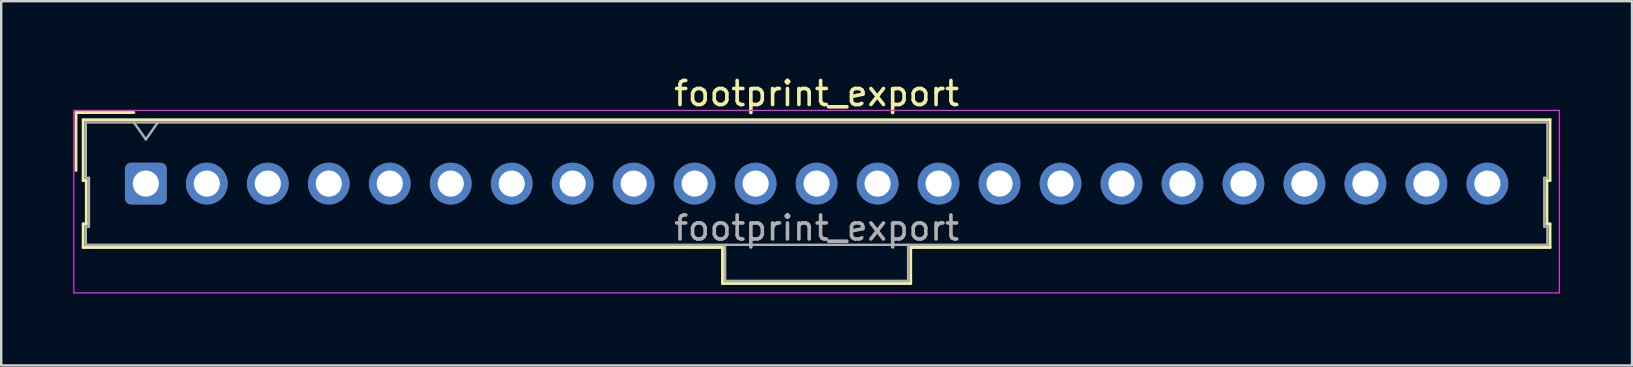
<source format=kicad_pcb>
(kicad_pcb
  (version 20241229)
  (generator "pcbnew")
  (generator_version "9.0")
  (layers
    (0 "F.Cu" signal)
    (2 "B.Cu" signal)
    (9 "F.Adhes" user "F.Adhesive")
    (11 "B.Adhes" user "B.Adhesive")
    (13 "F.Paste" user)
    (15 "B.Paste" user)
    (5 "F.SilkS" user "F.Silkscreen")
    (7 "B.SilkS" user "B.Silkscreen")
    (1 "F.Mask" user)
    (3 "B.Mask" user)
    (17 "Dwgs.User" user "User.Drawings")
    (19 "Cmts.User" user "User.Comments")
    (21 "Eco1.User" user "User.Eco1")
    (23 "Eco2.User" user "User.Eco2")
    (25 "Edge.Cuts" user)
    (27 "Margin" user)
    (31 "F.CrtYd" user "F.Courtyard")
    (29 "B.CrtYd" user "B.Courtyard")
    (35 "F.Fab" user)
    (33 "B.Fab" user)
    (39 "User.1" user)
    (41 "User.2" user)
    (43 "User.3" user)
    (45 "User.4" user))
  (footprint "footprint_export"
    (layer "F.Cu")
    (at 3.025 4.598)
    (property "Reference" "footprint_export" (at 27.94 -3.75 0) (layer "F.SilkS") (effects (font (size 1 1) (thickness 0.15))))
    (attr through_hole)
    (fp_line (start -2.91 -2.96) (end -0.5 -2.96) (stroke (width 0.12) (type solid)) (layer "F.SilkS"))
    (fp_line (start -2.91 -0.55) (end -2.91 -2.96) (stroke (width 0.12) (type solid)) (layer "F.SilkS"))
    (fp_line (start -2.61 -2.66) (end -2.61 -0.13) (stroke (width 0.12) (type solid)) (layer "F.SilkS"))
    (fp_line (start -2.61 -0.13) (end -2.48 -0.13) (stroke (width 0.12) (type solid)) (layer "F.SilkS"))
    (fp_line (start -2.61 1.68) (end -2.61 2.66) (stroke (width 0.12) (type solid)) (layer "F.SilkS"))
    (fp_line (start -2.61 2.66) (end 24.02 2.66) (stroke (width 0.12) (type solid)) (layer "F.SilkS"))
    (fp_line (start -2.48 -0.13) (end -2.48 1.68) (stroke (width 0.12) (type solid)) (layer "F.SilkS"))
    (fp_line (start -2.48 1.68) (end -2.61 1.68) (stroke (width 0.12) (type solid)) (layer "F.SilkS"))
    (fp_line (start 24.02 2.66) (end 24.02 4.16) (stroke (width 0.12) (type solid)) (layer "F.SilkS"))
    (fp_line (start 24.02 4.16) (end 31.86 4.16) (stroke (width 0.12) (type solid)) (layer "F.SilkS"))
    (fp_line (start 31.86 2.66) (end 58.49 2.66) (stroke (width 0.12) (type solid)) (layer "F.SilkS"))
    (fp_line (start 31.86 4.16) (end 31.86 2.66) (stroke (width 0.12) (type solid)) (layer "F.SilkS"))
    (fp_line (start 58.36 -0.13) (end 58.49 -0.13) (stroke (width 0.12) (type solid)) (layer "F.SilkS"))
    (fp_line (start 58.36 1.68) (end 58.36 -0.13) (stroke (width 0.12) (type solid)) (layer "F.SilkS"))
    (fp_line (start 58.49 -2.66) (end -2.61 -2.66) (stroke (width 0.12) (type solid)) (layer "F.SilkS"))
    (fp_line (start 58.49 -0.13) (end 58.49 -2.66) (stroke (width 0.12) (type solid)) (layer "F.SilkS"))
    (fp_line (start 58.49 1.68) (end 58.36 1.68) (stroke (width 0.12) (type solid)) (layer "F.SilkS"))
    (fp_line (start 58.49 2.66) (end 58.49 1.68) (stroke (width 0.12) (type solid)) (layer "F.SilkS"))
    (fp_line (start -3 -3.05) (end -3 4.55) (stroke (width 0.05) (type solid)) (layer "F.CrtYd"))
    (fp_line (start -3 4.55) (end 58.88 4.55) (stroke (width 0.05) (type solid)) (layer "F.CrtYd"))
    (fp_line (start 58.88 -3.05) (end -3 -3.05) (stroke (width 0.05) (type solid)) (layer "F.CrtYd"))
    (fp_line (start 58.88 4.55) (end 58.88 -3.05) (stroke (width 0.05) (type solid)) (layer "F.CrtYd"))
    (fp_line (start -2.5 -2.55) (end -2.5 -0.24) (stroke (width 0.1) (type solid)) (layer "F.Fab"))
    (fp_line (start -2.5 -0.24) (end -2.37 -0.24) (stroke (width 0.1) (type solid)) (layer "F.Fab"))
    (fp_line (start -2.5 1.79) (end -2.5 2.55) (stroke (width 0.1) (type solid)) (layer "F.Fab"))
    (fp_line (start -2.5 2.55) (end 58.38 2.55) (stroke (width 0.1) (type solid)) (layer "F.Fab"))
    (fp_line (start -2.37 -0.24) (end -2.37 1.79) (stroke (width 0.1) (type solid)) (layer "F.Fab"))
    (fp_line (start -2.37 1.79) (end -2.5 1.79) (stroke (width 0.1) (type solid)) (layer "F.Fab"))
    (fp_line (start 0 -1.843) (end -0.5 -2.55) (stroke (width 0.1) (type solid)) (layer "F.Fab"))
    (fp_line (start 0.5 -2.55) (end 0 -1.843) (stroke (width 0.1) (type solid)) (layer "F.Fab"))
    (fp_line (start 24.13 2.55) (end 24.13 4.05) (stroke (width 0.1) (type solid)) (layer "F.Fab"))
    (fp_line (start 24.13 4.05) (end 31.75 4.05) (stroke (width 0.1) (type solid)) (layer "F.Fab"))
    (fp_line (start 31.75 4.05) (end 31.75 2.55) (stroke (width 0.1) (type solid)) (layer "F.Fab"))
    (fp_line (start 58.25 -0.24) (end 58.38 -0.24) (stroke (width 0.1) (type solid)) (layer "F.Fab"))
    (fp_line (start 58.25 1.79) (end 58.25 -0.24) (stroke (width 0.1) (type solid)) (layer "F.Fab"))
    (fp_line (start 58.38 -2.55) (end -2.5 -2.55) (stroke (width 0.1) (type solid)) (layer "F.Fab"))
    (fp_line (start 58.38 -0.24) (end 58.38 -2.55) (stroke (width 0.1) (type solid)) (layer "F.Fab"))
    (fp_line (start 58.38 1.79) (end 58.25 1.79) (stroke (width 0.1) (type solid)) (layer "F.Fab"))
    (fp_line (start 58.38 2.55) (end 58.38 1.79) (stroke (width 0.1) (type solid)) (layer "F.Fab"))
    (fp_text user "${REFERENCE}" (at 27.94 1.85 0) (layer "F.Fab") (effects (font (size 1 1) (thickness 0.15))))
    (pad "1" thru_hole roundrect (at 0 0) (size 1.74 1.74) (drill 1.09) (layers "*.Cu" "*.Mask") (roundrect_rratio 0.144))
    (pad "2" thru_hole circle (at 2.54 0) (size 1.74 1.74) (drill 1.09) (layers "*.Cu" "*.Mask"))
    (pad "3" thru_hole circle (at 5.08 0) (size 1.74 1.74) (drill 1.09) (layers "*.Cu" "*.Mask"))
    (pad "4" thru_hole circle (at 7.62 0) (size 1.74 1.74) (drill 1.09) (layers "*.Cu" "*.Mask"))
    (pad "5" thru_hole circle (at 10.16 0) (size 1.74 1.74) (drill 1.09) (layers "*.Cu" "*.Mask"))
    (pad "6" thru_hole circle (at 12.7 0) (size 1.74 1.74) (drill 1.09) (layers "*.Cu" "*.Mask"))
    (pad "7" thru_hole circle (at 15.24 0) (size 1.74 1.74) (drill 1.09) (layers "*.Cu" "*.Mask"))
    (pad "8" thru_hole circle (at 17.78 0) (size 1.74 1.74) (drill 1.09) (layers "*.Cu" "*.Mask"))
    (pad "9" thru_hole circle (at 20.32 0) (size 1.74 1.74) (drill 1.09) (layers "*.Cu" "*.Mask"))
    (pad "10" thru_hole circle (at 22.86 0) (size 1.74 1.74) (drill 1.09) (layers "*.Cu" "*.Mask"))
    (pad "11" thru_hole circle (at 25.4 0) (size 1.74 1.74) (drill 1.09) (layers "*.Cu" "*.Mask"))
    (pad "12" thru_hole circle (at 27.94 0) (size 1.74 1.74) (drill 1.09) (layers "*.Cu" "*.Mask"))
    (pad "13" thru_hole circle (at 30.48 0) (size 1.74 1.74) (drill 1.09) (layers "*.Cu" "*.Mask"))
    (pad "14" thru_hole circle (at 33.02 0) (size 1.74 1.74) (drill 1.09) (layers "*.Cu" "*.Mask"))
    (pad "15" thru_hole circle (at 35.56 0) (size 1.74 1.74) (drill 1.09) (layers "*.Cu" "*.Mask"))
    (pad "16" thru_hole circle (at 38.1 0) (size 1.74 1.74) (drill 1.09) (layers "*.Cu" "*.Mask"))
    (pad "17" thru_hole circle (at 40.64 0) (size 1.74 1.74) (drill 1.09) (layers "*.Cu" "*.Mask"))
    (pad "18" thru_hole circle (at 43.18 0) (size 1.74 1.74) (drill 1.09) (layers "*.Cu" "*.Mask"))
    (pad "19" thru_hole circle (at 45.72 0) (size 1.74 1.74) (drill 1.09) (layers "*.Cu" "*.Mask"))
    (pad "20" thru_hole circle (at 48.26 0) (size 1.74 1.74) (drill 1.09) (layers "*.Cu" "*.Mask"))
    (pad "21" thru_hole circle (at 50.8 0) (size 1.74 1.74) (drill 1.09) (layers "*.Cu" "*.Mask"))
    (pad "22" thru_hole circle (at 53.34 0) (size 1.74 1.74) (drill 1.09) (layers "*.Cu" "*.Mask"))
    (pad "23" thru_hole circle (at 55.88 0) (size 1.74 1.74) (drill 1.09) (layers "*.Cu" "*.Mask")))
  (gr_rect
    (start -3 -3)
    (end 64.93 12.173)
    (stroke (width 0.1) (type default))
    (fill no)
    (layer "Edge.Cuts")))
</source>
